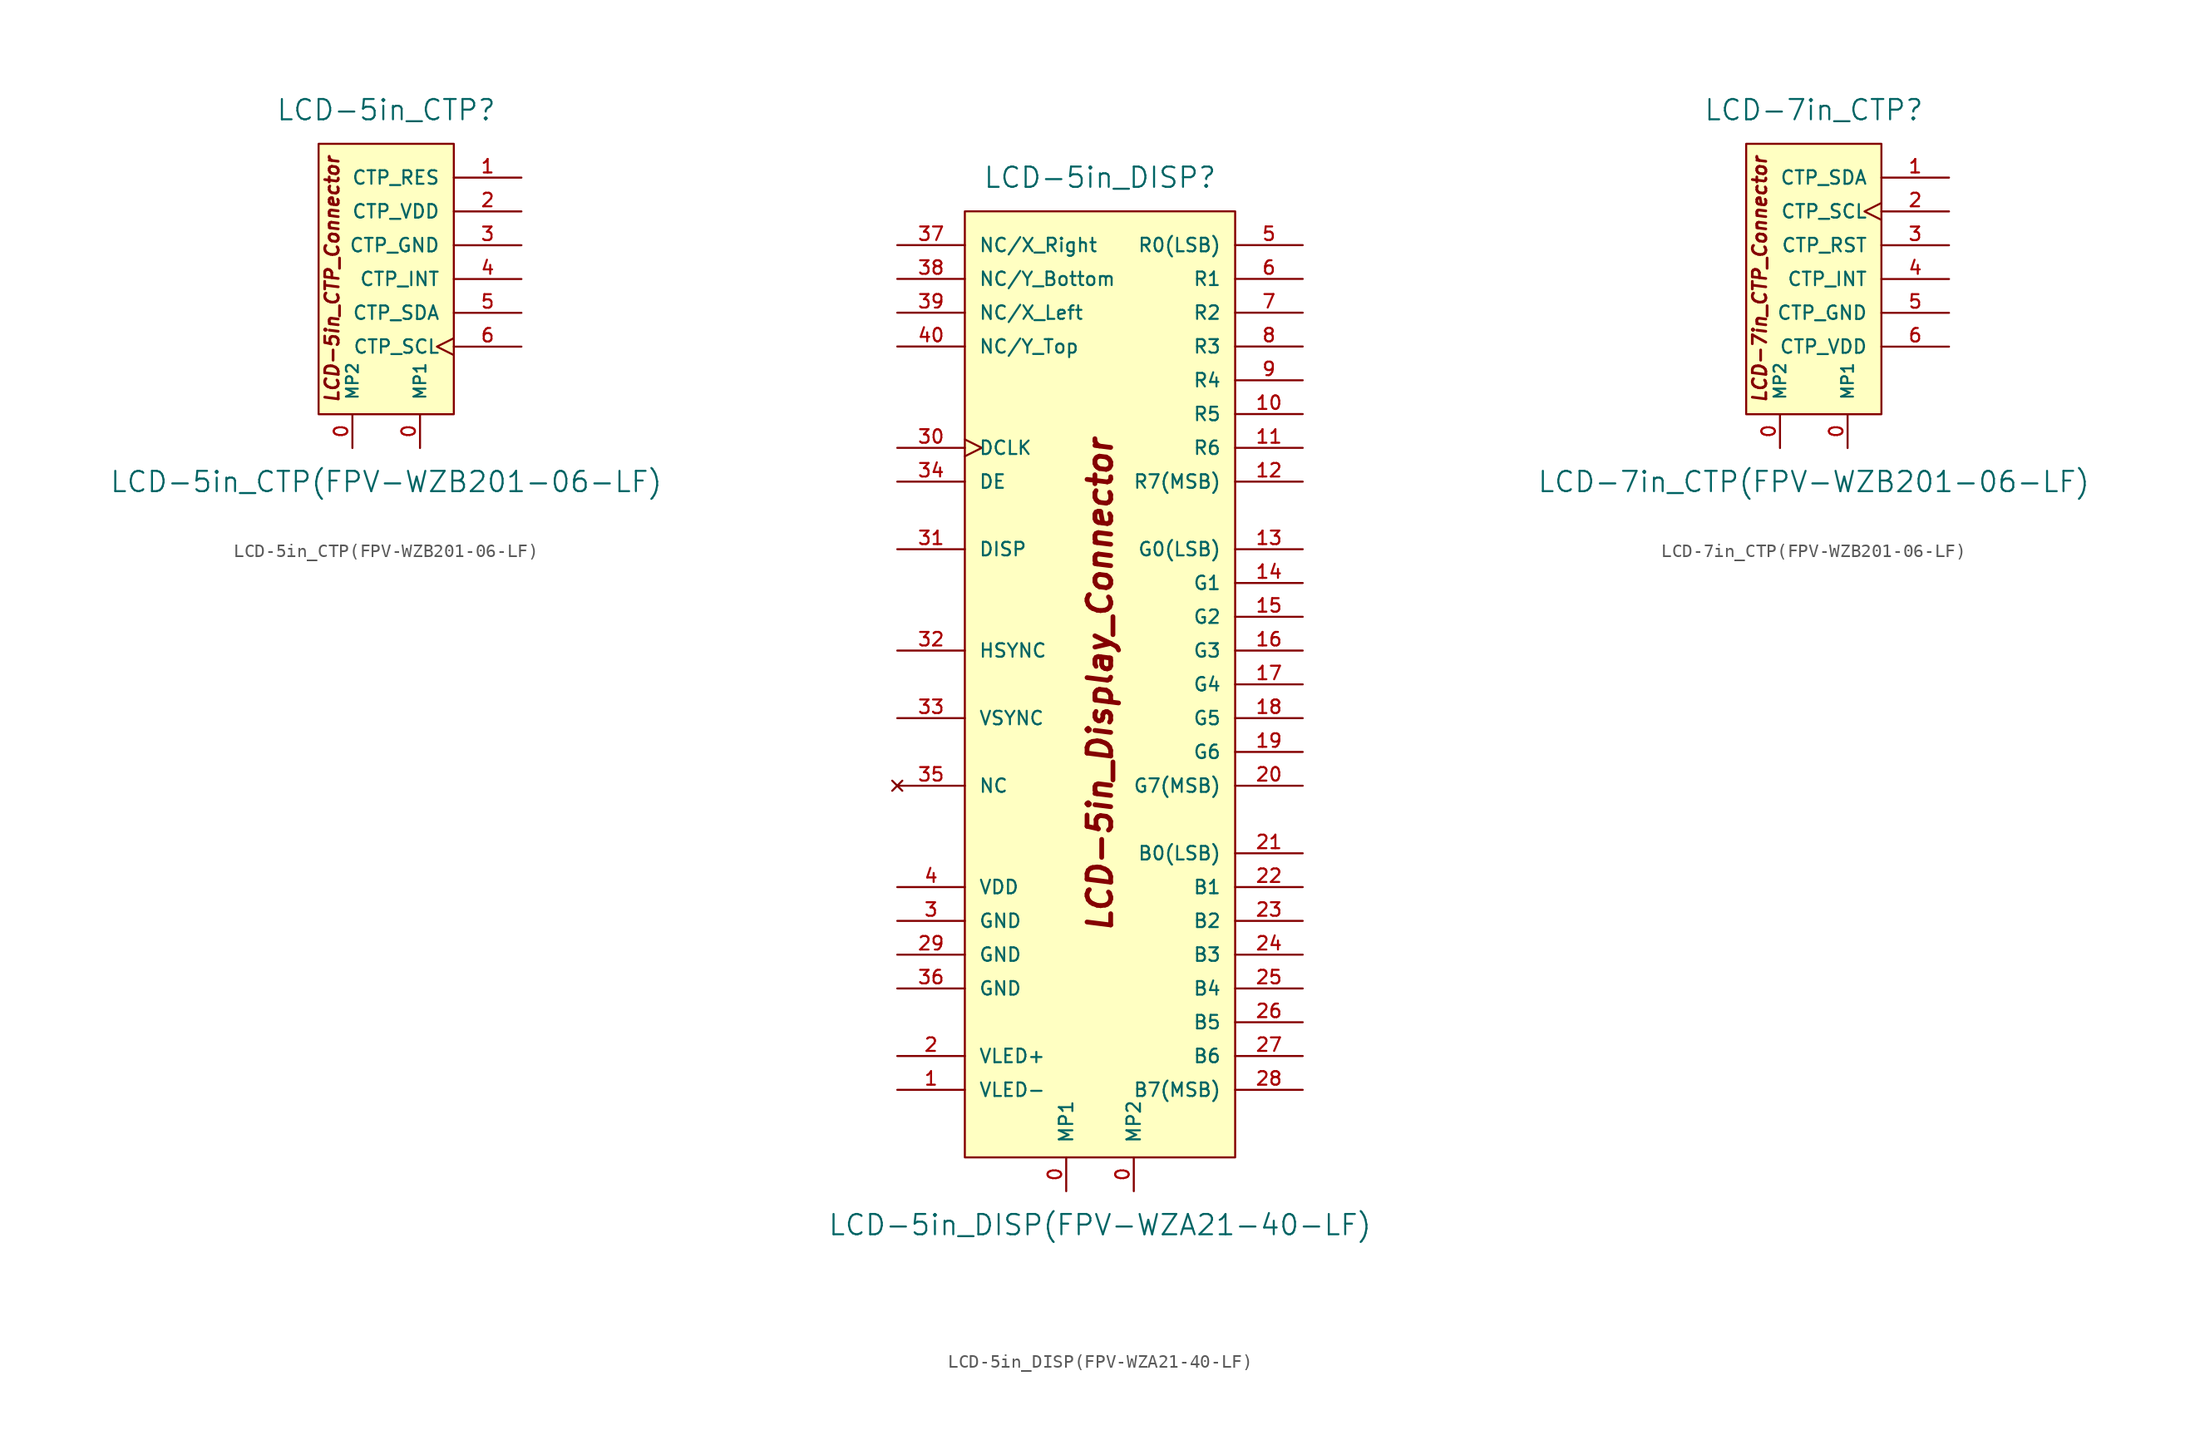
<source format=kicad_sym>
(kicad_symbol_lib
  (version 20220914)
  (generator kicad_symbol_editor)
  (symbol "LCD-5in_CTP(FPV-WZB201-06-LF)"
    (pin_names
      (offset 1.016))
    (property "Reference" "LCD-5in_CTP"
      (at 0 12.7 0)
      (effects (font (size 1.524 1.524))))
    (property "Value" "LCD-5in_CTP(FPV-WZB201-06-LF)"
      (at 0 -15.24 0)
      (effects (font (size 1.524 1.524))))
    (symbol "LCD-5in_CTP(FPV-WZB201-06-LF)_1_0"
      (rectangle (start 5.08 10.16) (end -5.08 -10.16) (stroke (width 0) (type solid)) (fill (type background)))
      (text "LCD-5in_CTP_Connector" (at -4.064 0 900) (effects (font (size 1.016 1.016) bold italic))))
    (symbol "LCD-5in_CTP(FPV-WZB201-06-LF)_1_1"
      (pin passive line (at 2.54 -12.7 90) (length 2.54) (name "MP1" (effects (font (size 0.889 0.889)))) (number "0" (effects (font (size 1.016 1.016)))))
      (pin passive line (at -2.54 -12.7 90) (length 2.54) (name "MP2" (effects (font (size 0.889 0.889)))) (number "0" (effects (font (size 1.016 1.016)))))
      (pin input line (at 10.16 7.62 180) (length 5.08) (name "CTP_RES" (effects (font (size 1.016 1.016)))) (number "1" (effects (font (size 1.016 1.016)))))
      (pin power_in line (at 10.16 5.08 180) (length 5.08) (name "CTP_VDD" (effects (font (size 1.016 1.016)))) (number "2" (effects (font (size 1.016 1.016)))))
      (pin power_in line (at 10.16 2.54 180) (length 5.08) (name "CTP_GND" (effects (font (size 1.016 1.016)))) (number "3" (effects (font (size 1.016 1.016)))))
      (pin bidirectional line (at 10.16 0 180) (length 5.08) (name "CTP_INT" (effects (font (size 1.016 1.016)))) (number "4" (effects (font (size 1.016 1.016)))))
      (pin bidirectional line (at 10.16 -2.54 180) (length 5.08) (name "CTP_SDA" (effects (font (size 1.016 1.016)))) (number "5" (effects (font (size 1.016 1.016)))))
      (pin input clock (at 10.16 -5.08 180) (length 5.08) (name "CTP_SCL" (effects (font (size 1.016 1.016)))) (number "6" (effects (font (size 1.016 1.016)))))))
  (symbol "LCD-5in_DISP(FPV-WZA21-40-LF)"
    (pin_names
      (offset 1.016))
    (property "Reference" "LCD-5in_DISP"
      (at 0 38.1 0)
      (effects (font (size 1.524 1.524))))
    (property "Value" "LCD-5in_DISP(FPV-WZA21-40-LF)"
      (at 0 -40.64 0)
      (effects (font (size 1.524 1.524))))
    (symbol "LCD-5in_DISP(FPV-WZA21-40-LF)_1_0"
      (text "LCD-5in_Display_Connector" (at 0 0 900) (effects (font (size 1.778 1.778) bold italic))))
    (symbol "LCD-5in_DISP(FPV-WZA21-40-LF)_1_1"
      (rectangle (start -10.16 35.56) (end 10.16 -35.56) (stroke (width 0) (type solid)) (fill (type background)))
      (pin passive line (at -2.54 -38.1 90) (length 2.54) (name "MP1" (effects (font (size 1.016 1.016)))) (number "0" (effects (font (size 1.016 1.016)))))
      (pin passive line (at 2.54 -38.1 90) (length 2.54) (name "MP2" (effects (font (size 1.016 1.016)))) (number "0" (effects (font (size 1.016 1.016)))))
      (pin power_in line (at -15.24 -30.48 0) (length 5.08) (name "VLED-" (effects (font (size 1.016 1.016)))) (number "1" (effects (font (size 1.016 1.016)))))
      (pin input line (at 15.24 20.32 180) (length 5.08) (name "R5" (effects (font (size 1.016 1.016)))) (number "10" (effects (font (size 1.016 1.016)))))
      (pin input line (at 15.24 17.78 180) (length 5.08) (name "R6" (effects (font (size 1.016 1.016)))) (number "11" (effects (font (size 1.016 1.016)))))
      (pin input line (at 15.24 15.24 180) (length 5.08) (name "R7(MSB)" (effects (font (size 1.016 1.016)))) (number "12" (effects (font (size 1.016 1.016)))))
      (pin input line (at 15.24 10.16 180) (length 5.08) (name "G0(LSB)" (effects (font (size 1.016 1.016)))) (number "13" (effects (font (size 1.016 1.016)))))
      (pin input line (at 15.24 7.62 180) (length 5.08) (name "G1" (effects (font (size 1.016 1.016)))) (number "14" (effects (font (size 1.016 1.016)))))
      (pin input line (at 15.24 5.08 180) (length 5.08) (name "G2" (effects (font (size 1.016 1.016)))) (number "15" (effects (font (size 1.016 1.016)))))
      (pin input line (at 15.24 2.54 180) (length 5.08) (name "G3" (effects (font (size 1.016 1.016)))) (number "16" (effects (font (size 1.016 1.016)))))
      (pin input line (at 15.24 0 180) (length 5.08) (name "G4" (effects (font (size 1.016 1.016)))) (number "17" (effects (font (size 1.016 1.016)))))
      (pin input line (at 15.24 -2.54 180) (length 5.08) (name "G5" (effects (font (size 1.016 1.016)))) (number "18" (effects (font (size 1.016 1.016)))))
      (pin input line (at 15.24 -5.08 180) (length 5.08) (name "G6" (effects (font (size 1.016 1.016)))) (number "19" (effects (font (size 1.016 1.016)))))
      (pin power_in line (at -15.24 -27.94 0) (length 5.08) (name "VLED+" (effects (font (size 1.016 1.016)))) (number "2" (effects (font (size 1.016 1.016)))))
      (pin input line (at 15.24 -7.62 180) (length 5.08) (name "G7(MSB)" (effects (font (size 1.016 1.016)))) (number "20" (effects (font (size 1.016 1.016)))))
      (pin input line (at 15.24 -12.7 180) (length 5.08) (name "B0(LSB)" (effects (font (size 1.016 1.016)))) (number "21" (effects (font (size 1.016 1.016)))))
      (pin input line (at 15.24 -15.24 180) (length 5.08) (name "B1" (effects (font (size 1.016 1.016)))) (number "22" (effects (font (size 1.016 1.016)))))
      (pin input line (at 15.24 -17.78 180) (length 5.08) (name "B2" (effects (font (size 1.016 1.016)))) (number "23" (effects (font (size 1.016 1.016)))))
      (pin input line (at 15.24 -20.32 180) (length 5.08) (name "B3" (effects (font (size 1.016 1.016)))) (number "24" (effects (font (size 1.016 1.016)))))
      (pin input line (at 15.24 -22.86 180) (length 5.08) (name "B4" (effects (font (size 1.016 1.016)))) (number "25" (effects (font (size 1.016 1.016)))))
      (pin input line (at 15.24 -25.4 180) (length 5.08) (name "B5" (effects (font (size 1.016 1.016)))) (number "26" (effects (font (size 1.016 1.016)))))
      (pin input line (at 15.24 -27.94 180) (length 5.08) (name "B6" (effects (font (size 1.016 1.016)))) (number "27" (effects (font (size 1.016 1.016)))))
      (pin input line (at 15.24 -30.48 180) (length 5.08) (name "B7(MSB)" (effects (font (size 1.016 1.016)))) (number "28" (effects (font (size 1.016 1.016)))))
      (pin power_in line (at -15.24 -20.32 0) (length 5.08) (name "GND" (effects (font (size 1.016 1.016)))) (number "29" (effects (font (size 1.016 1.016)))))
      (pin power_in line (at -15.24 -17.78 0) (length 5.08) (name "GND" (effects (font (size 1.016 1.016)))) (number "3" (effects (font (size 1.016 1.016)))))
      (pin input clock (at -15.24 17.78 0) (length 5.08) (name "DCLK" (effects (font (size 1.016 1.016)))) (number "30" (effects (font (size 1.016 1.016)))))
      (pin input line (at -15.24 10.16 0) (length 5.08) (name "DISP" (effects (font (size 1.016 1.016)))) (number "31" (effects (font (size 1.016 1.016)))))
      (pin input line (at -15.24 2.54 0) (length 5.08) (name "HSYNC" (effects (font (size 1.016 1.016)))) (number "32" (effects (font (size 1.016 1.016)))))
      (pin input line (at -15.24 -2.54 0) (length 5.08) (name "VSYNC" (effects (font (size 1.016 1.016)))) (number "33" (effects (font (size 1.016 1.016)))))
      (pin input line (at -15.24 15.24 0) (length 5.08) (name "DE" (effects (font (size 1.016 1.016)))) (number "34" (effects (font (size 1.016 1.016)))))
      (pin no_connect line (at -15.24 -7.62 0) (length 5.08) (name "NC" (effects (font (size 1.016 1.016)))) (number "35" (effects (font (size 1.016 1.016)))))
      (pin power_in line (at -15.24 -22.86 0) (length 5.08) (name "GND" (effects (font (size 1.016 1.016)))) (number "36" (effects (font (size 1.016 1.016)))))
      (pin input line (at -15.24 33.02 0) (length 5.08) (name "NC/X_Right" (effects (font (size 1.016 1.016)))) (number "37" (effects (font (size 1.016 1.016)))))
      (pin input line (at -15.24 30.48 0) (length 5.08) (name "NC/Y_Bottom" (effects (font (size 1.016 1.016)))) (number "38" (effects (font (size 1.016 1.016)))))
      (pin input line (at -15.24 27.94 0) (length 5.08) (name "NC/X_Left" (effects (font (size 1.016 1.016)))) (number "39" (effects (font (size 1.016 1.016)))))
      (pin power_in line (at -15.24 -15.24 0) (length 5.08) (name "VDD" (effects (font (size 1.016 1.016)))) (number "4" (effects (font (size 1.016 1.016)))))
      (pin input line (at -15.24 25.4 0) (length 5.08) (name "NC/Y_Top" (effects (font (size 1.016 1.016)))) (number "40" (effects (font (size 1.016 1.016)))))
      (pin input line (at 15.24 33.02 180) (length 5.08) (name "R0(LSB)" (effects (font (size 1.016 1.016)))) (number "5" (effects (font (size 1.016 1.016)))))
      (pin input line (at 15.24 30.48 180) (length 5.08) (name "R1" (effects (font (size 1.016 1.016)))) (number "6" (effects (font (size 1.016 1.016)))))
      (pin input line (at 15.24 27.94 180) (length 5.08) (name "R2" (effects (font (size 1.016 1.016)))) (number "7" (effects (font (size 1.016 1.016)))))
      (pin input line (at 15.24 25.4 180) (length 5.08) (name "R3" (effects (font (size 1.016 1.016)))) (number "8" (effects (font (size 1.016 1.016)))))
      (pin input line (at 15.24 22.86 180) (length 5.08) (name "R4" (effects (font (size 1.016 1.016)))) (number "9" (effects (font (size 1.016 1.016)))))))
  (symbol "LCD-7in_CTP(FPV-WZB201-06-LF)"
    (pin_names
      (offset 1.016))
    (property "Reference" "LCD-7in_CTP"
      (at 0 12.7 0)
      (effects (font (size 1.524 1.524))))
    (property "Value" "LCD-7in_CTP(FPV-WZB201-06-LF)"
      (at 0 -15.24 0)
      (effects (font (size 1.524 1.524))))
    (symbol "LCD-7in_CTP(FPV-WZB201-06-LF)_1_0"
      (rectangle (start 5.08 10.16) (end -5.08 -10.16) (stroke (width 0) (type solid)) (fill (type background)))
      (text "LCD-7in_CTP_Connector" (at -4.064 0 900) (effects (font (size 1.016 1.016) bold italic))))
    (symbol "LCD-7in_CTP(FPV-WZB201-06-LF)_1_1"
      (pin passive line (at 2.54 -12.7 90) (length 2.54) (name "MP1" (effects (font (size 0.889 0.889)))) (number "0" (effects (font (size 1.016 1.016)))))
      (pin passive line (at -2.54 -12.7 90) (length 2.54) (name "MP2" (effects (font (size 0.889 0.889)))) (number "0" (effects (font (size 1.016 1.016)))))
      (pin bidirectional line (at 10.16 7.62 180) (length 5.08) (name "CTP_SDA" (effects (font (size 1.016 1.016)))) (number "1" (effects (font (size 1.016 1.016)))))
      (pin input clock (at 10.16 5.08 180) (length 5.08) (name "CTP_SCL" (effects (font (size 1.016 1.016)))) (number "2" (effects (font (size 1.016 1.016)))))
      (pin input line (at 10.16 2.54 180) (length 5.08) (name "CTP_RST" (effects (font (size 1.016 1.016)))) (number "3" (effects (font (size 1.016 1.016)))))
      (pin bidirectional line (at 10.16 0 180) (length 5.08) (name "CTP_INT" (effects (font (size 1.016 1.016)))) (number "4" (effects (font (size 1.016 1.016)))))
      (pin power_in line (at 10.16 -2.54 180) (length 5.08) (name "CTP_GND" (effects (font (size 1.016 1.016)))) (number "5" (effects (font (size 1.016 1.016)))))
      (pin power_in line (at 10.16 -5.08 180) (length 5.08) (name "CTP_VDD" (effects (font (size 1.016 1.016)))) (number "6" (effects (font (size 1.016 1.016))))))))
</source>
